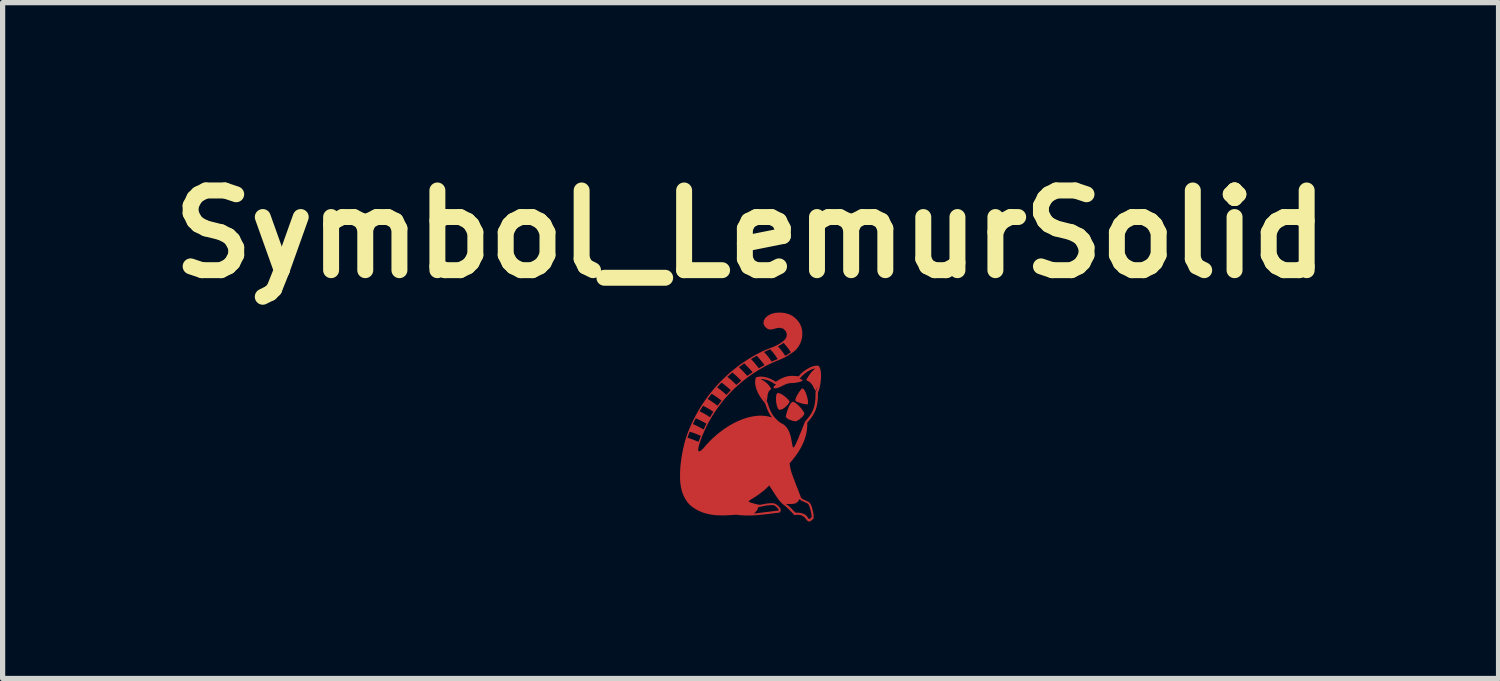
<source format=kicad_pcb>
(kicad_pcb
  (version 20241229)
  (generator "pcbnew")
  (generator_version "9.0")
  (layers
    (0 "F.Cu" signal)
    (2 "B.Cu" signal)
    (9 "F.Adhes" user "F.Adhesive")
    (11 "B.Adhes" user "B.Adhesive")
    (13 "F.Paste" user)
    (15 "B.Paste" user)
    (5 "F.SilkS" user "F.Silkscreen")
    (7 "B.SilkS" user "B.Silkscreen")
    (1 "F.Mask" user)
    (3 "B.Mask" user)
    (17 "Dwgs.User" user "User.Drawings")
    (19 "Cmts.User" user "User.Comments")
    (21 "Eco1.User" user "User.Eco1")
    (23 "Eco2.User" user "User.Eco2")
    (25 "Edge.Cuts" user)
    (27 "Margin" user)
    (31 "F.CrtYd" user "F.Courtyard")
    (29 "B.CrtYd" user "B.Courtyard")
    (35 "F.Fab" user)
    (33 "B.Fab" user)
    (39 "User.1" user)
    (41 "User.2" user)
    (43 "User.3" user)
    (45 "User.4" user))
  (footprint "Symbol_LemurSolid"
    (layer "F.Cu")
    (at 11.299 4.926)
    (property "Reference" "Symbol_LemurSolid" (at 0 -3.5 0) (layer "F.SilkS") (effects (font (size 1.524 1.524) (thickness 0.305))))
    (attr exclude_from_pos_files exclude_from_bom)
    (fp_poly (pts (xy 0.99 -0.551) (xy 0.974 -0.542) (xy 0.927 -0.48) (xy 0.885 -0.411) (xy 0.859 -0.351) (xy 0.856 -0.314) (xy 0.893 -0.291) (xy 0.962 -0.267) (xy 1.036 -0.25) (xy 1.089 -0.245) (xy 1.1 -0.27) (xy 1.095 -0.329) (xy 1.078 -0.403) (xy 1.052 -0.477) (xy 1.022 -0.532) (xy 0.99 -0.551)) (stroke (width 0) (type solid)) (fill yes) (layer "F.Cu"))
    (fp_poly (pts (xy 0.524 -0.465) (xy 0.512 -0.462) (xy 0.493 -0.428) (xy 0.485 -0.367) (xy 0.489 -0.294) (xy 0.502 -0.222) (xy 0.524 -0.165) (xy 0.553 -0.139) (xy 0.611 -0.154) (xy 0.675 -0.202) (xy 0.727 -0.258) (xy 0.747 -0.298) (xy 0.72 -0.337) (xy 0.658 -0.395) (xy 0.585 -0.446) (xy 0.524 -0.465) (xy 0.524 -0.465)) (stroke (width 0) (type solid)) (fill yes) (layer "F.Cu"))
    (fp_poly (pts (xy 0.808 -0.297) (xy 0.77 -0.27) (xy 0.733 -0.205) (xy 0.702 -0.123) (xy 0.681 -0.049) (xy 0.673 -0.004) (xy 0.717 0.036) (xy 0.805 0.069) (xy 0.869 0.08) (xy 0.923 0.05) (xy 0.993 -0.01) (xy 1.031 -0.063) (xy 1.016 -0.102) (xy 0.974 -0.162) (xy 0.916 -0.225) (xy 0.857 -0.276) (xy 0.808 -0.297)) (stroke (width 0) (type solid)) (fill yes) (layer "F.Cu"))
    (fp_poly (pts (xy 0.99 -0.551) (xy 0.974 -0.542) (xy 0.927 -0.48) (xy 0.885 -0.411) (xy 0.859 -0.351) (xy 0.856 -0.314) (xy 0.893 -0.291) (xy 0.962 -0.267) (xy 1.036 -0.25) (xy 1.089 -0.245) (xy 1.1 -0.27) (xy 1.095 -0.329) (xy 1.078 -0.403) (xy 1.052 -0.477) (xy 1.022 -0.532) (xy 0.99 -0.551)) (stroke (width 0) (type solid)) (fill yes) (layer "F.Mask"))
    (fp_poly (pts (xy 0.524 -0.465) (xy 0.512 -0.462) (xy 0.493 -0.428) (xy 0.485 -0.367) (xy 0.489 -0.294) (xy 0.502 -0.222) (xy 0.524 -0.165) (xy 0.553 -0.139) (xy 0.611 -0.154) (xy 0.675 -0.202) (xy 0.727 -0.258) (xy 0.747 -0.298) (xy 0.72 -0.337) (xy 0.658 -0.395) (xy 0.585 -0.446) (xy 0.524 -0.465) (xy 0.524 -0.465)) (stroke (width 0) (type solid)) (fill yes) (layer "F.Mask"))
    (fp_poly (pts (xy 0.808 -0.297) (xy 0.77 -0.27) (xy 0.733 -0.205) (xy 0.702 -0.123) (xy 0.681 -0.049) (xy 0.673 -0.004) (xy 0.717 0.036) (xy 0.805 0.069) (xy 0.869 0.08) (xy 0.923 0.05) (xy 0.993 -0.01) (xy 1.031 -0.063) (xy 1.016 -0.102) (xy 0.974 -0.162) (xy 0.916 -0.225) (xy 0.857 -0.276) (xy 0.808 -0.297)) (stroke (width 0) (type solid)) (fill yes) (layer "F.Mask"))
    (pad "1" smd custom (at 0 0) (size 0.00001 0.00001) (layers "F.Cu" "F.Mask") (options (anchor circle)) (primitives (gr_poly (pts (xy 0.539 -2) (xy 0.462 -1.993) (xy 0.393 -1.974) (xy 0.329 -1.94) (xy 0.281 -1.897) (xy 0.251 -1.844) (xy 0.247 -1.786) (xy 0.278 -1.727) (xy 0.331 -1.685) (xy 0.384 -1.675) (xy 0.438 -1.685) (xy 0.493 -1.701) (xy 0.552 -1.71) (xy 0.626 -1.693) (xy 0.676 -1.641) (xy 0.693 -1.589) (xy 0.686 -1.536) (xy 0.664 -1.494) (xy 0.61 -1.442) (xy 0.55 -1.401) (xy 0.487 -1.368) (xy 0.423 -1.34) (xy 0.358 -1.315) (xy 0.294 -1.29) (xy 0.233 -1.263) (xy 0.163 -1.228) (xy 0.095 -1.192) (xy 0.027 -1.153) (xy -0.039 -1.113) (xy -0.104 -1.071) (xy -0.168 -1.027) (xy -0.231 -0.982) (xy -0.293 -0.934) (xy -0.353 -0.885) (xy -0.412 -0.835) (xy -0.47 -0.782) (xy -0.526 -0.729) (xy -0.581 -0.674) (xy -0.634 -0.617) (xy -0.686 -0.559) (xy -0.736 -0.5) (xy -0.785 -0.439) (xy -0.832 -0.377) (xy -0.877 -0.314) (xy -0.92 -0.25) (xy -0.962 -0.184) (xy -1.002 -0.117) (xy -1.04 -0.05) (xy -1.076 0.019) (xy -1.111 0.088) (xy -1.143 0.159) (xy -1.174 0.23) (xy -1.202 0.303) (xy -1.228 0.376) (xy -1.251 0.452) (xy -1.272 0.531) (xy -1.291 0.612) (xy -1.307 0.694) (xy -1.321 0.776) (xy -1.332 0.859) (xy -1.341 0.94) (xy -1.346 1.021) (xy -1.348 1.1) (xy -1.348 1.177) (xy -1.343 1.252) (xy -1.331 1.337) (xy -1.312 1.417) (xy -1.285 1.49) (xy -1.252 1.557) (xy -1.212 1.618) (xy -1.166 1.673) (xy -1.104 1.722) (xy -1.041 1.763) (xy -0.976 1.796) (xy -0.911 1.823) (xy -0.845 1.843) (xy -0.778 1.858) (xy -0.709 1.869) (xy -0.64 1.875) (xy -0.569 1.877) (xy -0.497 1.877) (xy -0.424 1.874) (xy -0.35 1.87) (xy -0.274 1.864) (xy -0.198 1.873) (xy -0.122 1.878) (xy -0.047 1.879) (xy 0.029 1.878) (xy 0.067 1.876) (xy 0.067 1.842) (xy 0.113 1.792) (xy 0.135 1.759) (xy 0.141 1.739) (xy 0.14 1.729) (xy 0.14 1.724) (xy 0.151 1.72) (xy 0.182 1.713) (xy 0.241 1.7) (xy 0.283 1.691) (xy 0.328 1.685) (xy 0.328 1.685) (xy 0.397 1.68) (xy 0.397 1.68) (xy 0.444 1.682) (xy 0.487 1.707) (xy 0.535 1.761) (xy 0.539 1.78) (xy 0.537 1.784) (xy 0.067 1.842) (xy 0.067 1.876) (xy 0.104 1.874) (xy 0.179 1.868) (xy 0.254 1.86) (xy 0.329 1.852) (xy 0.404 1.842) (xy 0.48 1.832) (xy 0.555 1.823) (xy 0.579 1.788) (xy 0.569 1.742) (xy 0.513 1.68) (xy 0.453 1.647) (xy 0.393 1.643) (xy 0.314 1.65) (xy 0.234 1.665) (xy 0.187 1.674) (xy 0.143 1.671) (xy 0.069 1.652) (xy -0.005 1.629) (xy -0.039 1.613) (xy -0.022 1.594) (xy 0.03 1.559) (xy 0.092 1.521) (xy 0.156 1.477) (xy 0.217 1.432) (xy 0.271 1.389) (xy 0.311 1.351) (xy 0.356 1.305) (xy 0.375 1.332) (xy 0.417 1.397) (xy 0.46 1.464) (xy 0.504 1.531) (xy 0.55 1.594) (xy 0.6 1.648) (xy 0.653 1.691) (xy 0.69 1.721) (xy 0.738 1.768) (xy 0.791 1.821) (xy 0.838 1.871) (xy 0.905 1.864) (xy 0.958 1.871) (xy 0.998 1.888) (xy 1.029 1.912) (xy 1.053 1.938) (xy 1.072 1.963) (xy 1.091 1.983) (xy 1.111 1.994) (xy 1.124 1.993) (xy 1.124 1.946) (xy 1.111 1.943) (xy 1.101 1.93) (xy 1.088 1.909) (xy 1.07 1.885) (xy 1.041 1.861) (xy 0.998 1.841) (xy 0.938 1.827) (xy 0.855 1.824) (xy 0.808 1.774) (xy 0.762 1.727) (xy 0.717 1.687) (xy 0.672 1.657) (xy 0.783 1.661) (xy 0.856 1.649) (xy 0.903 1.618) (xy 0.936 1.566) (xy 0.974 1.597) (xy 1.029 1.621) (xy 1.091 1.65) (xy 1.113 1.675) (xy 1.13 1.719) (xy 1.147 1.778) (xy 1.162 1.847) (xy 1.17 1.907) (xy 1.142 1.935) (xy 1.124 1.946) (xy 1.124 1.993) (xy 1.134 1.993) (xy 1.165 1.975) (xy 1.205 1.936) (xy 1.205 1.857) (xy 1.189 1.781) (xy 1.17 1.713) (xy 1.149 1.661) (xy 1.115 1.62) (xy 1.045 1.588) (xy 0.996 1.566) (xy 0.967 1.543) (xy 0.943 1.479) (xy 0.918 1.415) (xy 0.893 1.35) (xy 0.867 1.285) (xy 0.841 1.217) (xy 0.814 1.145) (xy 0.786 1.069) (xy 0.77 1.014) (xy 0.756 0.948) (xy 0.746 0.882) (xy 0.806 0.812) (xy 0.816 0.799) (xy 0.816 0.577) (xy 0.81 0.572) (xy 0.805 0.561) (xy 0.801 0.545) (xy 0.797 0.525) (xy 0.793 0.5) (xy 0.788 0.473) (xy 0.783 0.443) (xy 0.777 0.411) (xy 0.769 0.377) (xy 0.76 0.343) (xy 0.749 0.308) (xy 0.735 0.274) (xy 0.719 0.241) (xy 0.699 0.21) (xy 0.677 0.181) (xy 0.65 0.154) (xy 0.62 0.132) (xy 0.585 0.113) (xy 0.543 0.086) (xy 0.506 0.052) (xy 0.454 -0.002) (xy 0.412 -0.062) (xy 0.377 -0.129) (xy 0.348 -0.202) (xy 0.323 -0.281) (xy 0.318 -0.29) (xy 0.282 -0.333) (xy 0.249 -0.378) (xy 0.282 -0.339) (xy 0.312 -0.304) (xy 0.321 -0.383) (xy 0.33 -0.446) (xy 0.35 -0.497) (xy 0.395 -0.542) (xy 0.359 -0.599) (xy 0.308 -0.653) (xy 0.25 -0.698) (xy 0.189 -0.73) (xy 0.245 -0.728) (xy 0.311 -0.713) (xy 0.384 -0.683) (xy 0.467 -0.633) (xy 0.489 -0.631) (xy 0.444 -0.585) (xy 0.439 -0.559) (xy 0.462 -0.55) (xy 0.506 -0.557) (xy 0.56 -0.575) (xy 0.614 -0.603) (xy 0.69 -0.638) (xy 0.756 -0.652) (xy 0.812 -0.654) (xy 0.859 -0.658) (xy 0.901 -0.666) (xy 0.951 -0.678) (xy 0.988 -0.693) (xy 0.995 -0.711) (xy 0.953 -0.731) (xy 0.935 -0.736) (xy 0.949 -0.747) (xy 0.979 -0.784) (xy 1.03 -0.83) (xy 1.094 -0.876) (xy 1.169 -0.915) (xy 1.24 -0.935) (xy 1.24 -0.935) (xy 1.175 -0.876) (xy 1.121 -0.807) (xy 1.083 -0.745) (xy 1.064 -0.709) (xy 1.136 -0.67) (xy 1.182 -0.614) (xy 1.213 -0.553) (xy 1.242 -0.501) (xy 1.263 -0.546) (xy 1.282 -0.604) (xy 1.276 -0.577) (xy 1.261 -0.524) (xy 1.245 -0.49) (xy 1.242 -0.477) (xy 1.241 -0.368) (xy 1.232 -0.277) (xy 1.216 -0.2) (xy 1.193 -0.134) (xy 1.164 -0.076) (xy 1.13 -0.024) (xy 1.09 0.027) (xy 1.045 0.079) (xy 1.041 0.086) (xy 1.039 0.089) (xy 1.001 0.186) (xy 0.967 0.271) (xy 0.937 0.343) (xy 0.912 0.405) (xy 0.89 0.457) (xy 0.871 0.498) (xy 0.856 0.53) (xy 0.843 0.553) (xy 0.832 0.569) (xy 0.823 0.576) (xy 0.816 0.577) (xy 0.816 0.799) (xy 0.86 0.742) (xy 0.909 0.672) (xy 0.951 0.603) (xy 0.988 0.533) (xy 1.019 0.463) (xy 1.044 0.393) (xy 1.063 0.322) (xy 1.076 0.25) (xy 1.083 0.178) (xy 1.085 0.104) (xy 1.124 0.057) (xy 1.161 0.01) (xy 1.193 -0.038) (xy 1.222 -0.091) (xy 1.247 -0.149) (xy 1.266 -0.215) (xy 1.279 -0.29) (xy 1.287 -0.376) (xy 1.288 -0.474) (xy 1.306 -0.514) (xy 1.321 -0.566) (xy 1.334 -0.634) (xy 1.344 -0.709) (xy 1.348 -0.784) (xy 1.345 -0.857) (xy 1.334 -0.921) (xy 1.31 -0.974) (xy 1.295 -0.984) (xy 1.254 -0.986) (xy 1.193 -0.974) (xy 1.13 -0.949) (xy 1.07 -0.915) (xy 1.008 -0.871) (xy 0.957 -0.826) (xy 0.921 -0.782) (xy 0.85 -0.788) (xy 0.785 -0.791) (xy 0.72 -0.785) (xy 0.65 -0.767) (xy 0.572 -0.733) (xy 0.481 -0.678) (xy 0.39 -0.73) (xy 0.306 -0.761) (xy 0.232 -0.775) (xy 0.168 -0.776) (xy 0.113 -0.766) (xy 0.097 -0.75) (xy 0.087 -0.681) (xy 0.092 -0.61) (xy 0.111 -0.538) (xy 0.141 -0.466) (xy 0.181 -0.395) (xy 0.228 -0.328) (xy 0.281 -0.263) (xy 0.305 -0.189) (xy 0.334 -0.119) (xy 0.368 -0.055) (xy 0.408 0.005) (xy 0.404 0.004) (xy 0.346 -0.013) (xy 0.286 -0.024) (xy 0.223 -0.029) (xy 0.158 -0.029) (xy 0.092 -0.023) (xy 0.025 -0.012) (xy -0.044 0.004) (xy -0.113 0.024) (xy -0.183 0.05) (xy -0.253 0.08) (xy -0.323 0.114) (xy -0.392 0.153) (xy -0.461 0.196) (xy -0.529 0.243) (xy -0.596 0.293) (xy -0.662 0.348) (xy -0.726 0.405) (xy -0.788 0.466) (xy -0.848 0.531) (xy -0.905 0.598) (xy -0.954 0.642) (xy -0.984 0.655) (xy -0.999 0.643) (xy -1.001 0.613) (xy -0.997 0.59) (xy -0.997 0.471) (xy -1.012 0.465) (xy -1.072 0.439) (xy -1.131 0.417) (xy -1.191 0.397) (xy -1.206 0.392) (xy -1.201 0.377) (xy -1.185 0.333) (xy -1.169 0.29) (xy -1.167 0.287) (xy -1.165 0.284) (xy -1.158 0.278) (xy -1.15 0.281) (xy -1.086 0.302) (xy -1.024 0.326) (xy -0.964 0.351) (xy -0.95 0.357) (xy -0.956 0.371) (xy -0.973 0.415) (xy -0.991 0.457) (xy -0.997 0.471) (xy -0.997 0.59) (xy -0.994 0.569) (xy -0.98 0.518) (xy -0.964 0.466) (xy -0.946 0.417) (xy -0.932 0.379) (xy -0.902 0.307) (xy -0.897 0.296) (xy -0.897 0.234) (xy -0.912 0.226) (xy -0.971 0.194) (xy -1.029 0.164) (xy -1.087 0.138) (xy -1.102 0.131) (xy -1.095 0.117) (xy -1.075 0.075) (xy -1.054 0.033) (xy -1.047 0.02) (xy -1.034 0.026) (xy -0.973 0.054) (xy -0.914 0.085) (xy -0.857 0.116) (xy -0.844 0.123) (xy -0.851 0.136) (xy -0.871 0.177) (xy -0.89 0.219) (xy -0.897 0.234) (xy -0.897 0.296) (xy -0.871 0.236) (xy -0.837 0.166) (xy -0.801 0.097) (xy -0.775 0.052) (xy -0.775 0.001) (xy -0.789 -0.008) (xy -0.845 -0.045) (xy -0.901 -0.077) (xy -0.959 -0.106) (xy -0.974 -0.113) (xy -0.965 -0.127) (xy -0.941 -0.168) (xy -0.916 -0.207) (xy -0.909 -0.219) (xy -0.896 -0.213) (xy -0.836 -0.182) (xy -0.778 -0.148) (xy -0.724 -0.113) (xy -0.711 -0.104) (xy -0.719 -0.092) (xy -0.743 -0.053) (xy -0.767 -0.013) (xy -0.775 0.001) (xy -0.775 0.052) (xy -0.763 0.03) (xy -0.723 -0.037) (xy -0.681 -0.102) (xy -0.637 -0.166) (xy -0.63 -0.176) (xy -0.63 -0.22) (xy -0.643 -0.229) (xy -0.697 -0.269) (xy -0.751 -0.306) (xy -0.805 -0.34) (xy -0.819 -0.349) (xy -0.809 -0.363) (xy -0.781 -0.4) (xy -0.753 -0.437) (xy -0.744 -0.448) (xy -0.732 -0.441) (xy -0.675 -0.404) (xy -0.62 -0.366) (xy -0.568 -0.327) (xy -0.555 -0.317) (xy -0.565 -0.305) (xy -0.593 -0.269) (xy -0.621 -0.232) (xy -0.63 -0.22) (xy -0.63 -0.176) (xy -0.591 -0.229) (xy -0.544 -0.291) (xy -0.494 -0.351) (xy -0.462 -0.387) (xy -0.462 -0.427) (xy -0.473 -0.437) (xy -0.524 -0.482) (xy -0.574 -0.523) (xy -0.626 -0.561) (xy -0.64 -0.571) (xy -0.628 -0.584) (xy -0.597 -0.618) (xy -0.564 -0.652) (xy -0.555 -0.662) (xy -0.544 -0.654) (xy -0.49 -0.613) (xy -0.438 -0.571) (xy -0.389 -0.527) (xy -0.377 -0.517) (xy -0.388 -0.505) (xy -0.42 -0.472) (xy -0.451 -0.438) (xy -0.462 -0.427) (xy -0.462 -0.387) (xy -0.443 -0.409) (xy -0.39 -0.466) (xy -0.336 -0.521) (xy -0.28 -0.575) (xy -0.272 -0.582) (xy -0.272 -0.618) (xy -0.282 -0.629) (xy -0.33 -0.675) (xy -0.378 -0.719) (xy -0.428 -0.76) (xy -0.443 -0.772) (xy -0.429 -0.784) (xy -0.394 -0.815) (xy -0.358 -0.846) (xy -0.348 -0.855) (xy -0.338 -0.847) (xy -0.286 -0.802) (xy -0.237 -0.757) (xy -0.19 -0.71) (xy -0.178 -0.698) (xy -0.191 -0.688) (xy -0.226 -0.658) (xy -0.261 -0.628) (xy -0.272 -0.618) (xy -0.272 -0.582) (xy -0.222 -0.627) (xy -0.163 -0.678) (xy -0.102 -0.726) (xy -0.062 -0.756) (xy -0.062 -0.789) (xy -0.072 -0.8) (xy -0.118 -0.85) (xy -0.163 -0.898) (xy -0.209 -0.943) (xy -0.222 -0.956) (xy -0.208 -0.967) (xy -0.169 -0.994) (xy -0.131 -1.022) (xy -0.12 -1.029) (xy -0.111 -1.02) (xy -0.063 -0.971) (xy -0.016 -0.922) (xy 0.028 -0.873) (xy 0.039 -0.86) (xy 0.025 -0.85) (xy -0.014 -0.824) (xy -0.051 -0.798) (xy -0.062 -0.789) (xy -0.062 -0.756) (xy -0.04 -0.773) (xy 0.023 -0.818) (xy 0.088 -0.861) (xy 0.154 -0.902) (xy 0.158 -0.905) (xy 0.158 -0.935) (xy 0.15 -0.946) (xy 0.108 -0.999) (xy 0.066 -1.05) (xy 0.022 -1.098) (xy 0.008 -1.112) (xy 0.025 -1.121) (xy 0.066 -1.146) (xy 0.108 -1.169) (xy 0.119 -1.175) (xy 0.127 -1.166) (xy 0.173 -1.115) (xy 0.216 -1.062) (xy 0.256 -1.01) (xy 0.266 -0.995) (xy 0.251 -0.987) (xy 0.21 -0.965) (xy 0.17 -0.942) (xy 0.158 -0.935) (xy 0.158 -0.905) (xy 0.221 -0.941) (xy 0.289 -0.979) (xy 0.358 -1.013) (xy 0.404 -1.035) (xy 0.404 -1.063) (xy 0.397 -1.074) (xy 0.358 -1.128) (xy 0.317 -1.181) (xy 0.272 -1.231) (xy 0.258 -1.246) (xy 0.276 -1.255) (xy 0.321 -1.276) (xy 0.368 -1.295) (xy 0.378 -1.298) (xy 0.384 -1.29) (xy 0.429 -1.238) (xy 0.47 -1.184) (xy 0.508 -1.128) (xy 0.518 -1.112) (xy 0.501 -1.105) (xy 0.459 -1.087) (xy 0.416 -1.068) (xy 0.404 -1.063) (xy 0.404 -1.035) (xy 0.429 -1.046) (xy 0.5 -1.077) (xy 0.573 -1.105) (xy 0.639 -1.135) (xy 0.663 -1.148) (xy 0.663 -1.173) (xy 0.656 -1.185) (xy 0.621 -1.236) (xy 0.581 -1.289) (xy 0.536 -1.341) (xy 0.523 -1.356) (xy 0.541 -1.365) (xy 0.581 -1.387) (xy 0.619 -1.413) (xy 0.63 -1.422) (xy 0.64 -1.411) (xy 0.684 -1.36) (xy 0.726 -1.307) (xy 0.762 -1.253) (xy 0.77 -1.242) (xy 0.759 -1.233) (xy 0.718 -1.205) (xy 0.676 -1.18) (xy 0.663 -1.173) (xy 0.663 -1.148) (xy 0.702 -1.17) (xy 0.762 -1.209) (xy 0.817 -1.246) (xy 0.866 -1.288) (xy 0.908 -1.338) (xy 0.942 -1.394) (xy 0.967 -1.455) (xy 0.984 -1.52) (xy 0.99 -1.586) (xy 0.987 -1.653) (xy 0.973 -1.718) (xy 0.947 -1.78) (xy 0.91 -1.837) (xy 0.857 -1.893) (xy 0.8 -1.936) (xy 0.739 -1.967) (xy 0.674 -1.987) (xy 0.608 -1.998) (xy 0.539 -2) (xy 0.539 -2)) (width 0) (fill yes)))))
  (gr_rect
    (start -3 -3)
    (end 25.599 9.921)
    (stroke (width 0.1) (type default))
    (fill no)
    (layer "Edge.Cuts")))
</source>
